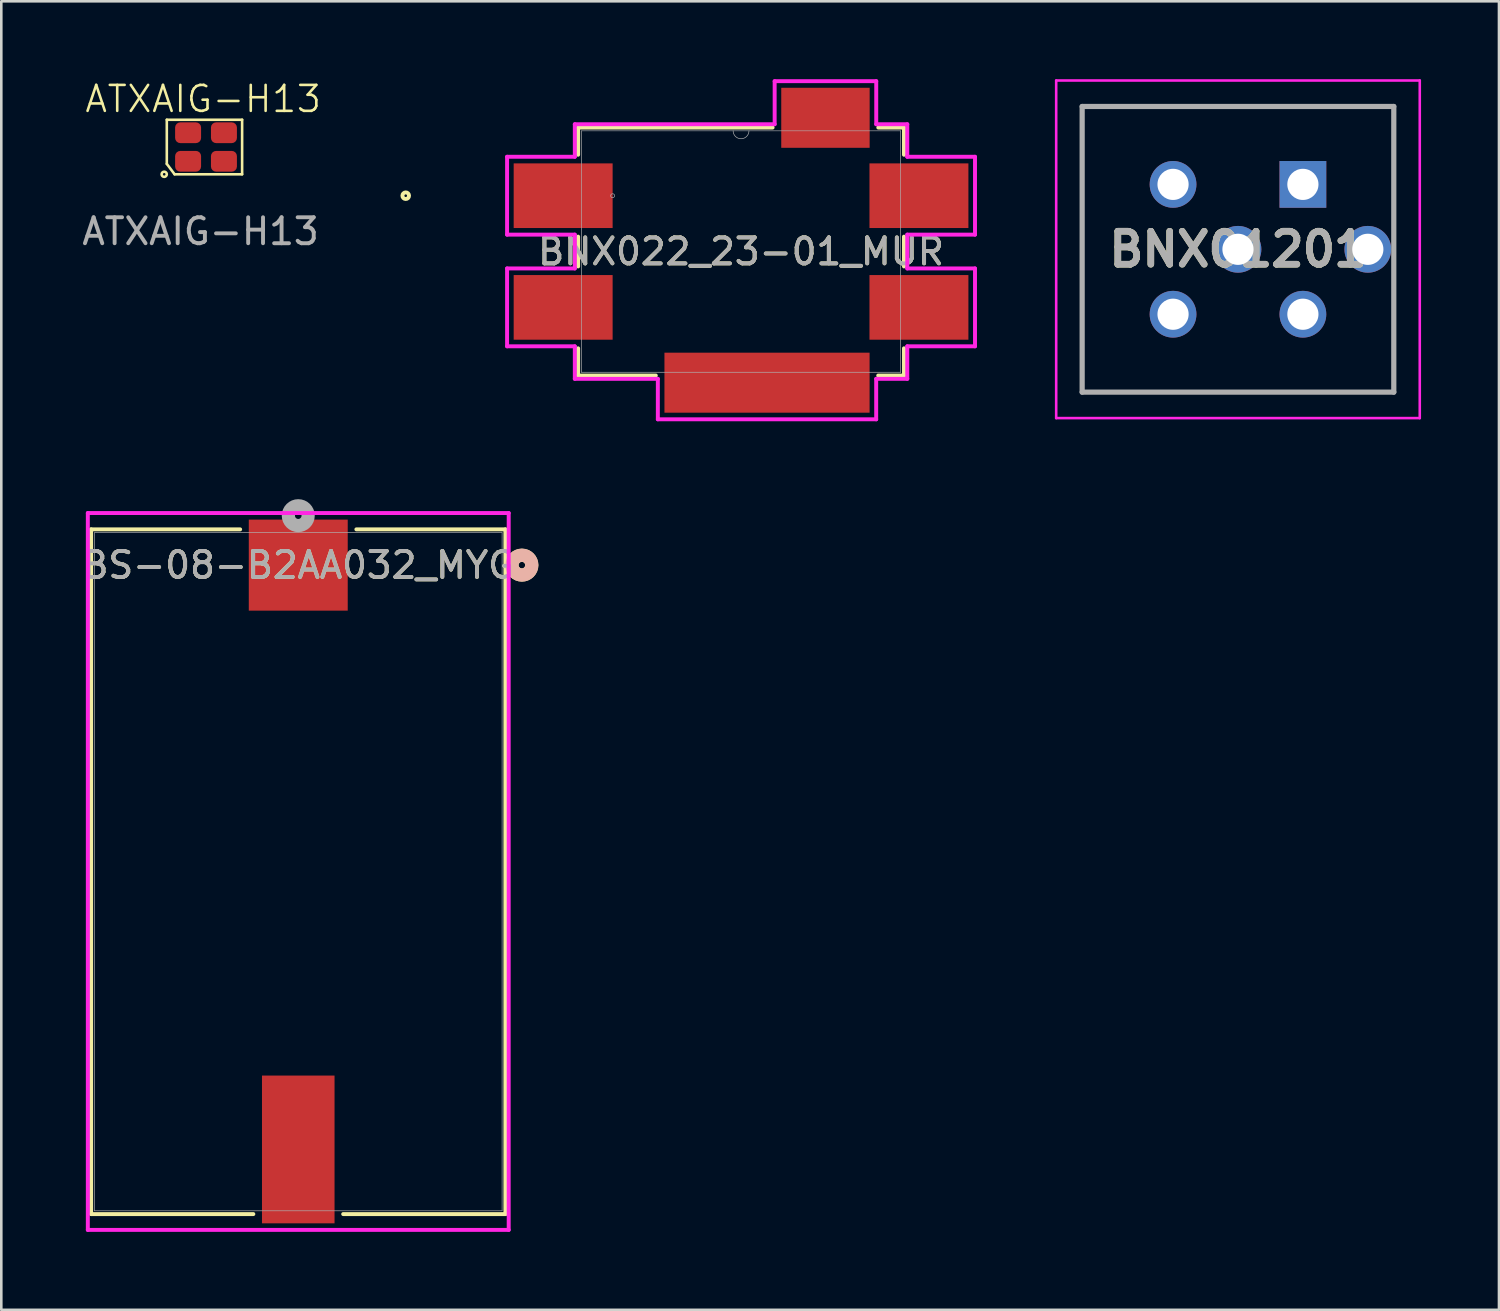
<source format=kicad_pcb>
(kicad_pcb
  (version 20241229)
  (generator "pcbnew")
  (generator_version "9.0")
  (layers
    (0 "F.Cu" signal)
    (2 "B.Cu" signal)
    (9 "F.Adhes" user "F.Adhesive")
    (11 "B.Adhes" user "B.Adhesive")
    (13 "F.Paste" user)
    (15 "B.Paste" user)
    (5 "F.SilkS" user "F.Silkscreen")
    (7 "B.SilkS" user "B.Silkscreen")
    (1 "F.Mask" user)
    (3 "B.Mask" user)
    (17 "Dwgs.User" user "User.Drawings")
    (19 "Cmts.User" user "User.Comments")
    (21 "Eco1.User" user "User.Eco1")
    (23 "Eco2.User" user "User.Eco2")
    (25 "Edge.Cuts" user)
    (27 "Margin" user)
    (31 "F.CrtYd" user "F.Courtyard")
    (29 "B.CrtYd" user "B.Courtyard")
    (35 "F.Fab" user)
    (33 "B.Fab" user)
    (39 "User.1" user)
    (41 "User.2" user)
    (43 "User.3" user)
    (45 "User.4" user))
  (footprint "BS-08-B2AA032_MYG"
    (layer "F.Cu")
    (at 8.435 30.517)
    (property "Reference" "BS-08-B2AA032_MYG" (at 0 -11.806 0) (unlocked yes) (layer "F.SilkS") (effects (font (size 1 1) (thickness 0.15))))
    (attr smd)
    (fp_line (start -7.976 -13.183) (end -7.976 13.183) (stroke (width 0.152) (type solid)) (layer "F.SilkS"))
    (fp_line (start -7.976 13.183) (end -1.73 13.183) (stroke (width 0.152) (type solid)) (layer "F.SilkS"))
    (fp_line (start -2.238 -13.183) (end -7.976 -13.183) (stroke (width 0.152) (type solid)) (layer "F.SilkS"))
    (fp_line (start 1.73 13.183) (end 7.976 13.183) (stroke (width 0.152) (type solid)) (layer "F.SilkS"))
    (fp_line (start 7.976 -13.183) (end 2.238 -13.183) (stroke (width 0.152) (type solid)) (layer "F.SilkS"))
    (fp_line (start 7.976 13.183) (end 7.976 -13.183) (stroke (width 0.152) (type solid)) (layer "F.SilkS"))
    (fp_circle (center 8.611 -11.806) (end 8.992 -11.806) (stroke (width 0.508) (type solid)) (fill no) (layer "F.SilkS"))
    (fp_circle (center 8.611 -11.806) (end 8.992 -11.806) (stroke (width 0.508) (type solid)) (fill no) (layer "B.SilkS"))
    (fp_line (start -8.103 -13.812) (end -8.103 13.793) (stroke (width 0.152) (type solid)) (layer "F.CrtYd"))
    (fp_line (start -8.103 13.793) (end 8.103 13.793) (stroke (width 0.152) (type solid)) (layer "F.CrtYd"))
    (fp_line (start 8.103 -13.812) (end -8.103 -13.812) (stroke (width 0.152) (type solid)) (layer "F.CrtYd"))
    (fp_line (start 8.103 13.793) (end 8.103 -13.812) (stroke (width 0.152) (type solid)) (layer "F.CrtYd"))
    (fp_line (start -7.849 -13.056) (end -7.849 13.056) (stroke (width 0.025) (type solid)) (layer "F.Fab"))
    (fp_line (start -7.849 13.056) (end 7.849 13.056) (stroke (width 0.025) (type solid)) (layer "F.Fab"))
    (fp_line (start 7.849 -13.056) (end -7.849 -13.056) (stroke (width 0.025) (type solid)) (layer "F.Fab"))
    (fp_line (start 7.849 13.056) (end 7.849 -13.056) (stroke (width 0.025) (type solid)) (layer "F.Fab"))
    (fp_circle (center 0 -13.711) (end 0.381 -13.711) (stroke (width 0.508) (type solid)) (fill no) (layer "F.Fab"))
    (fp_text user "${REFERENCE}" (at 0 -11.806 0) (unlocked yes) (layer "F.Fab") (effects (font (size 1 1) (thickness 0.15))))
    (pad "1" smd rect (at 0 -11.806) (size 3.81 3.505) (layers "F.Cu" "F.Mask" "F.Paste"))
    (pad "2" smd rect (at 0 10.694) (size 2.794 5.69) (layers "F.Cu" "F.Mask" "F.Paste")))
  (footprint "BNX022_23-01_MUR"
    (layer "F.Cu")
    (at 25.485 6.636)
    (property "Reference" "BNX022_23-01_MUR" (at 0 0 0) (unlocked yes) (layer "F.SilkS") (effects (font (size 1 1) (thickness 0.15))))
    (attr smd)
    (fp_line (start -6.274 -4.775) (end 1.215 -4.775) (stroke (width 0.152) (type solid)) (layer "F.SilkS"))
    (fp_line (start -6.274 -3.727) (end -6.274 -4.775) (stroke (width 0.152) (type solid)) (layer "F.SilkS"))
    (fp_line (start -6.274 0.573) (end -6.274 -0.573) (stroke (width 0.152) (type solid)) (layer "F.SilkS"))
    (fp_line (start -6.274 4.775) (end -6.274 3.727) (stroke (width 0.152) (type solid)) (layer "F.SilkS"))
    (fp_line (start -3.282 4.775) (end -6.274 4.775) (stroke (width 0.152) (type solid)) (layer "F.SilkS"))
    (fp_line (start 5.285 -4.775) (end 6.274 -4.775) (stroke (width 0.152) (type solid)) (layer "F.SilkS"))
    (fp_line (start 6.274 -4.775) (end 6.274 -3.727) (stroke (width 0.152) (type solid)) (layer "F.SilkS"))
    (fp_line (start 6.274 -0.573) (end 6.274 0.573) (stroke (width 0.152) (type solid)) (layer "F.SilkS"))
    (fp_line (start 6.274 3.727) (end 6.274 4.775) (stroke (width 0.152) (type solid)) (layer "F.SilkS"))
    (fp_line (start 6.274 4.775) (end 5.282 4.775) (stroke (width 0.152) (type solid)) (layer "F.SilkS"))
    (fp_circle (center -12.912 -2.15) (end -12.785 -2.15) (stroke (width 0.152) (type solid)) (fill no) (layer "F.SilkS"))
    (fp_line (start -9.009 -3.649) (end -9.009 -0.651) (stroke (width 0.152) (type solid)) (layer "F.CrtYd"))
    (fp_line (start -9.009 -0.651) (end -6.401 -0.651) (stroke (width 0.152) (type solid)) (layer "F.CrtYd"))
    (fp_line (start -9.009 0.651) (end -9.009 3.649) (stroke (width 0.152) (type solid)) (layer "F.CrtYd"))
    (fp_line (start -9.009 3.649) (end -6.401 3.649) (stroke (width 0.152) (type solid)) (layer "F.CrtYd"))
    (fp_line (start -6.401 -4.902) (end -6.401 -3.649) (stroke (width 0.152) (type solid)) (layer "F.CrtYd"))
    (fp_line (start -6.401 -3.649) (end -9.009 -3.649) (stroke (width 0.152) (type solid)) (layer "F.CrtYd"))
    (fp_line (start -6.401 -0.651) (end -6.401 0.651) (stroke (width 0.152) (type solid)) (layer "F.CrtYd"))
    (fp_line (start -6.401 0.651) (end -9.009 0.651) (stroke (width 0.152) (type solid)) (layer "F.CrtYd"))
    (fp_line (start -6.401 3.649) (end -6.401 4.902) (stroke (width 0.152) (type solid)) (layer "F.CrtYd"))
    (fp_line (start -6.401 4.902) (end -3.204 4.902) (stroke (width 0.152) (type solid)) (layer "F.CrtYd"))
    (fp_line (start -3.204 4.902) (end -3.204 6.46) (stroke (width 0.152) (type solid)) (layer "F.CrtYd"))
    (fp_line (start -3.204 6.46) (end 5.204 6.46) (stroke (width 0.152) (type solid)) (layer "F.CrtYd"))
    (fp_line (start 1.294 -6.56) (end 1.294 -4.902) (stroke (width 0.152) (type solid)) (layer "F.CrtYd"))
    (fp_line (start 1.294 -4.902) (end -6.401 -4.902) (stroke (width 0.152) (type solid)) (layer "F.CrtYd"))
    (fp_line (start 5.204 4.902) (end 6.401 4.902) (stroke (width 0.152) (type solid)) (layer "F.CrtYd"))
    (fp_line (start 5.204 6.46) (end 5.204 4.902) (stroke (width 0.152) (type solid)) (layer "F.CrtYd"))
    (fp_line (start 5.206 -6.56) (end 1.294 -6.56) (stroke (width 0.152) (type solid)) (layer "F.CrtYd"))
    (fp_line (start 5.206 -4.902) (end 5.206 -6.56) (stroke (width 0.152) (type solid)) (layer "F.CrtYd"))
    (fp_line (start 6.401 -4.902) (end 5.206 -4.902) (stroke (width 0.152) (type solid)) (layer "F.CrtYd"))
    (fp_line (start 6.401 -3.649) (end 6.401 -4.902) (stroke (width 0.152) (type solid)) (layer "F.CrtYd"))
    (fp_line (start 6.401 -0.651) (end 9.009 -0.651) (stroke (width 0.152) (type solid)) (layer "F.CrtYd"))
    (fp_line (start 6.401 0.651) (end 6.401 -0.651) (stroke (width 0.152) (type solid)) (layer "F.CrtYd"))
    (fp_line (start 6.401 3.649) (end 9.009 3.649) (stroke (width 0.152) (type solid)) (layer "F.CrtYd"))
    (fp_line (start 6.401 4.902) (end 6.401 3.649) (stroke (width 0.152) (type solid)) (layer "F.CrtYd"))
    (fp_line (start 9.009 -3.649) (end 6.401 -3.649) (stroke (width 0.152) (type solid)) (layer "F.CrtYd"))
    (fp_line (start 9.009 -0.651) (end 9.009 -3.649) (stroke (width 0.152) (type solid)) (layer "F.CrtYd"))
    (fp_line (start 9.009 0.651) (end 6.401 0.651) (stroke (width 0.152) (type solid)) (layer "F.CrtYd"))
    (fp_line (start 9.009 3.649) (end 9.009 0.651) (stroke (width 0.152) (type solid)) (layer "F.CrtYd"))
    (fp_line (start -6.147 -4.648) (end -6.147 4.648) (stroke (width 0.025) (type solid)) (layer "F.Fab"))
    (fp_line (start -6.147 4.648) (end 6.147 4.648) (stroke (width 0.025) (type solid)) (layer "F.Fab"))
    (fp_line (start 6.147 -4.648) (end -6.147 -4.648) (stroke (width 0.025) (type solid)) (layer "F.Fab"))
    (fp_line (start 6.147 4.648) (end 6.147 -4.648) (stroke (width 0.025) (type solid)) (layer "F.Fab"))
    (fp_arc (start 0.3048 -4.6482) (mid 0 -4.3434) (end -0.3048 -4.6482) (stroke (width 0.0254) (type solid)) (layer "F.Fab"))
    (fp_circle (center -4.945 -2.15) (end -4.869 -2.15) (stroke (width 0.025) (type solid)) (fill no) (layer "F.Fab"))
    (fp_text user "${REFERENCE}" (at 0 0 0) (unlocked yes) (layer "F.Fab") (effects (font (size 1 1) (thickness 0.15))))
    (pad "1" smd rect (at -6.85 -2.15) (size 3.81 2.489) (layers "F.Cu" "F.Mask" "F.Paste"))
    (pad "2" smd rect (at 6.85 -2.15) (size 3.81 2.489) (layers "F.Cu" "F.Mask" "F.Paste"))
    (pad "3" smd rect (at -6.85 2.15) (size 3.81 2.489) (layers "F.Cu" "F.Mask" "F.Paste"))
    (pad "4A" smd rect (at 6.85 2.15) (size 3.81 2.489) (layers "F.Cu" "F.Mask" "F.Paste"))
    (pad "4B" smd rect (at 3.25 -5.15) (size 3.404 2.311) (layers "F.Cu" "F.Mask" "F.Paste"))
    (pad "4C" smd rect (at 1 5.05) (size 7.899 2.311) (layers "F.Cu" "F.Mask" "F.Paste")))
  (footprint "ATXAIG-H13"
    (layer "F.Cu")
    (at 4.873 2.561)
    (property "Reference" "ATXAIG-H13" (at -0.1 -1.8 0) (unlocked yes) (layer "F.SilkS") (effects (font (size 1 1) (thickness 0.1))))
    (attr smd)
    (fp_line (start -1.5 -1) (end 1.4 -1) (stroke (width 0.1) (type default)) (layer "F.SilkS"))
    (fp_line (start -1.5 0.7) (end -1.5 -1) (stroke (width 0.1) (type default)) (layer "F.SilkS"))
    (fp_line (start -1.2 1.1) (end -1.5 0.7) (stroke (width 0.1) (type default)) (layer "F.SilkS"))
    (fp_line (start 1.4 -1) (end 1.4 1.1) (stroke (width 0.1) (type default)) (layer "F.SilkS"))
    (fp_line (start 1.4 1.1) (end -1.2 1.1) (stroke (width 0.1) (type default)) (layer "F.SilkS"))
    (fp_circle (center -1.6 1.1) (end -1.6 1.2) (stroke (width 0.1) (type default)) (fill no) (layer "F.SilkS"))
    (fp_text user "${REFERENCE}" (at -0.2 3.3 0) (unlocked yes) (layer "F.Fab") (effects (font (size 1 1) (thickness 0.15))))
    (pad "1" smd roundrect (at -0.68 0.6) (size 1 0.8) (layers "F.Cu" "F.Mask" "F.Paste") (roundrect_rratio 0.25))
    (pad "2" smd roundrect (at 0.7 0.6) (size 1 0.8) (layers "F.Cu" "F.Mask" "F.Paste") (roundrect_rratio 0.25))
    (pad "3" smd roundrect (at -0.68 -0.5) (size 1 0.8) (layers "F.Cu" "F.Mask" "F.Paste") (roundrect_rratio 0.25))
    (pad "4" smd roundrect (at 0.7 -0.5) (size 1 0.8) (layers "F.Cu" "F.Mask" "F.Paste") (roundrect_rratio 0.25)))
  (footprint "BNX01201"
    (layer "F.Cu")
    (at 47.12 4.05)
    (property "Reference" "BNX01201" (at -2.5 2.5 0) (layer "F.SilkS") (effects (font (size 1.27 1.27) (thickness 0.254))))
    (attr through_hole)
    (fp_line (start -8.5 -3) (end -8.5 8) (stroke (width 0.1) (type solid)) (layer "F.SilkS"))
    (fp_line (start -8.5 8) (end 3.5 8) (stroke (width 0.1) (type solid)) (layer "F.SilkS"))
    (fp_line (start 3.5 -3) (end -8.5 -3) (stroke (width 0.1) (type solid)) (layer "F.SilkS"))
    (fp_line (start 3.5 1) (end 3.5 -3) (stroke (width 0.1) (type solid)) (layer "F.SilkS"))
    (fp_line (start 3.5 8) (end 3.5 4) (stroke (width 0.1) (type solid)) (layer "F.SilkS"))
    (fp_line (start -9.5 -4) (end 4.5 -4) (stroke (width 0.1) (type solid)) (layer "F.CrtYd"))
    (fp_line (start -9.5 9) (end -9.5 -4) (stroke (width 0.1) (type solid)) (layer "F.CrtYd"))
    (fp_line (start 4.5 -4) (end 4.5 9) (stroke (width 0.1) (type solid)) (layer "F.CrtYd"))
    (fp_line (start 4.5 9) (end -9.5 9) (stroke (width 0.1) (type solid)) (layer "F.CrtYd"))
    (fp_line (start -8.5 -3) (end 3.5 -3) (stroke (width 0.2) (type solid)) (layer "F.Fab"))
    (fp_line (start -8.5 8) (end -8.5 -3) (stroke (width 0.2) (type solid)) (layer "F.Fab"))
    (fp_line (start 3.5 -3) (end 3.5 8) (stroke (width 0.2) (type solid)) (layer "F.Fab"))
    (fp_line (start 3.5 8) (end -8.5 8) (stroke (width 0.2) (type solid)) (layer "F.Fab"))
    (fp_text user "${REFERENCE}" (at -2.5 2.5 0) (layer "F.Fab") (effects (font (size 1.27 1.27) (thickness 0.254))))
    (pad "1" thru_hole rect (at 0 0) (size 1.8 1.8) (drill 1.2) (layers "*.Cu" "*.Mask"))
    (pad "2" thru_hole circle (at 0 5) (size 1.8 1.8) (drill 1.2) (layers "*.Cu" "*.Mask"))
    (pad "3" thru_hole circle (at -5 0) (size 1.8 1.8) (drill 1.2) (layers "*.Cu" "*.Mask"))
    (pad "4" thru_hole circle (at -5 5) (size 1.8 1.8) (drill 1.2) (layers "*.Cu" "*.Mask"))
    (pad "5" thru_hole circle (at -2.5 2.5) (size 1.8 1.8) (drill 1.2) (layers "*.Cu" "*.Mask"))
    (pad "6" thru_hole circle (at 2.5 2.5) (size 1.8 1.8) (drill 1.2) (layers "*.Cu" "*.Mask")))
  (gr_rect
    (start -3 -3)
    (end 54.67 47.387)
    (stroke (width 0.1) (type default))
    (fill no)
    (layer "Edge.Cuts")))
</source>
